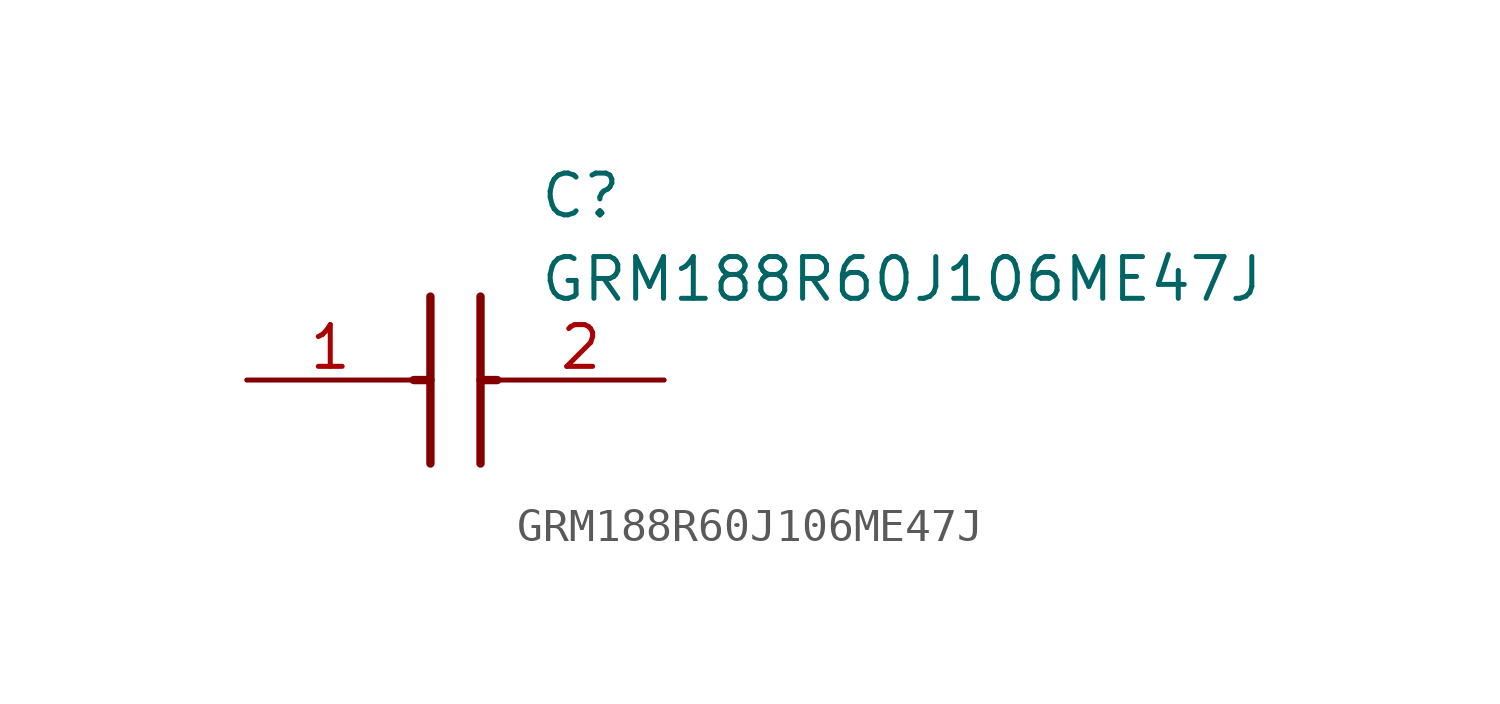
<source format=kicad_sym>
(kicad_symbol_lib
  (version 20211014)
  (generator SamacSys_ECAD_Model)
  (symbol "GRM188R60J106ME47J"
    (pin_names hide)
    (property "Reference" "C"
      (at 8.89 6.35 0)
      (effects (font (size 1.27 1.27)) (justify left top)))
    (property "Value" "GRM188R60J106ME47J"
      (at 8.89 3.81 0)
      (effects (font (size 1.27 1.27)) (justify left top)))
    (polyline
      (pts (xy 5.588 2.54) (xy 5.588 -2.54))
      (stroke (width 0.254) (type default))
      (fill (type none)))
    (polyline
      (pts (xy 7.112 2.54) (xy 7.112 -2.54))
      (stroke (width 0.254) (type default))
      (fill (type none)))
    (polyline
      (pts (xy 5.08 0) (xy 5.588 0))
      (stroke (width 0.254) (type default))
      (fill (type none)))
    (polyline
      (pts (xy 7.112 0) (xy 7.62 0))
      (stroke (width 0.254) (type default))
      (fill (type none)))
    (pin passive line
      (at 0 0 0)
      (length 5.08)
      (name "1" (effects (font (size 1.27 1.27))))
      (number "1" (effects (font (size 1.27 1.27)))))
    (pin passive line
      (at 12.7 0 180)
      (length 5.08)
      (name "2" (effects (font (size 1.27 1.27))))
      (number "2" (effects (font (size 1.27 1.27)))))))
</source>
